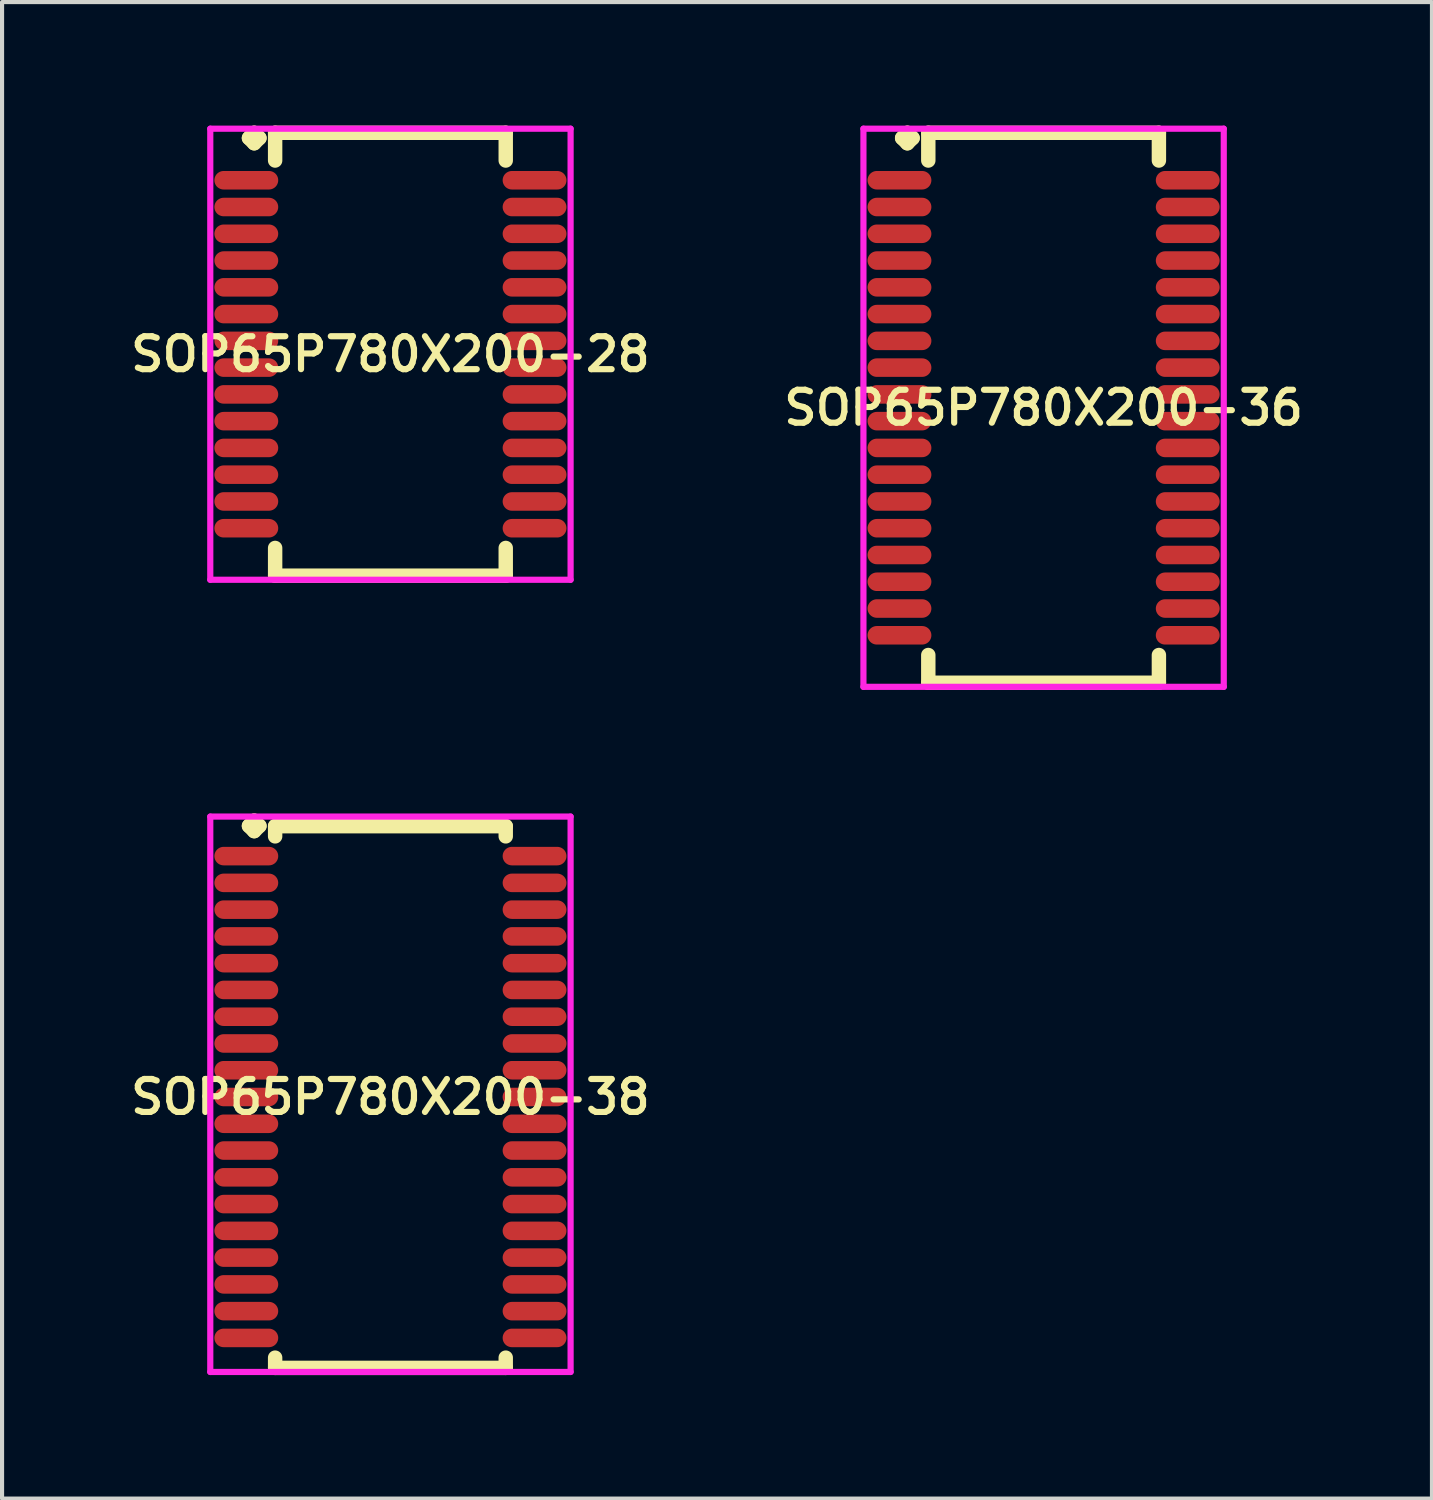
<source format=kicad_pcb>
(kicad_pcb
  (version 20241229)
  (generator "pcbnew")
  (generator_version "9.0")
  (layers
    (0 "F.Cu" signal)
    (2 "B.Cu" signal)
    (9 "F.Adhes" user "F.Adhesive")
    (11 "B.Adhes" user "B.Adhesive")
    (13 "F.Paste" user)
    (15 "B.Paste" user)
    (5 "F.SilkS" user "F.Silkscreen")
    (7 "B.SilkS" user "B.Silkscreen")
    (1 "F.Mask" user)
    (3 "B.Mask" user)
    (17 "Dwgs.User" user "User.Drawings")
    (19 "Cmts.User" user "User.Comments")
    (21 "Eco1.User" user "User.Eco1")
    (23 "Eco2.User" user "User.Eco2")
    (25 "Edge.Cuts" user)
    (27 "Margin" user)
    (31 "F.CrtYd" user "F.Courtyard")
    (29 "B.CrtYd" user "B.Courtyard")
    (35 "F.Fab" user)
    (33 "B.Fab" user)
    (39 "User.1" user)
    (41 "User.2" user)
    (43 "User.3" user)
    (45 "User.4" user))
  (footprint "SOP65P780X200-36"
    (layer "F.Cu")
    (at 22.292 6.852)
    (property "Reference" "SOP65P780X200-36" (at 0 0 0) (layer "F.SilkS") (effects (font (size 0.8 0.8) (thickness 0.15))))
    (attr through_hole)
    (fp_line (start -3.435 -6.55) (end -3.308 -6.677) (stroke (width 0.35) (type solid)) (layer "F.SilkS"))
    (fp_line (start -3.308 -6.677) (end -3.181 -6.55) (stroke (width 0.35) (type solid)) (layer "F.SilkS"))
    (fp_line (start -3.308 -6.423) (end -3.435 -6.55) (stroke (width 0.35) (type solid)) (layer "F.SilkS"))
    (fp_line (start -3.181 -6.55) (end -3.308 -6.423) (stroke (width 0.35) (type solid)) (layer "F.SilkS"))
    (fp_line (start -2.8 -6.677) (end 2.8 -6.677) (stroke (width 0.35) (type solid)) (layer "F.SilkS"))
    (fp_line (start -2.8 -6.004) (end -2.8 -6.677) (stroke (width 0.35) (type solid)) (layer "F.SilkS"))
    (fp_line (start -2.8 6.004) (end -2.8 6.677) (stroke (width 0.35) (type solid)) (layer "F.SilkS"))
    (fp_line (start -2.8 6.677) (end 2.8 6.677) (stroke (width 0.35) (type solid)) (layer "F.SilkS"))
    (fp_line (start 2.8 -6.677) (end 2.8 -6.004) (stroke (width 0.35) (type solid)) (layer "F.SilkS"))
    (fp_line (start 2.8 6.677) (end 2.8 6.004) (stroke (width 0.35) (type solid)) (layer "F.SilkS"))
    (fp_line (start -4.375 -6.777) (end 4.375 -6.777) (stroke (width 0.15) (type solid)) (layer "F.CrtYd"))
    (fp_line (start -4.375 6.777) (end -4.375 -6.777) (stroke (width 0.15) (type solid)) (layer "F.CrtYd"))
    (fp_line (start 4.375 -6.777) (end 4.375 6.777) (stroke (width 0.15) (type solid)) (layer "F.CrtYd"))
    (fp_line (start 4.375 6.777) (end -4.375 6.777) (stroke (width 0.15) (type solid)) (layer "F.CrtYd"))
    (pad "1" smd oval (at -3.5 -5.525) (size 1.55 0.45) (layers "F.Cu" "F.Mask" "F.Paste"))
    (pad "2" smd oval (at -3.5 -4.875) (size 1.55 0.45) (layers "F.Cu" "F.Mask" "F.Paste"))
    (pad "3" smd oval (at -3.5 -4.225) (size 1.55 0.45) (layers "F.Cu" "F.Mask" "F.Paste"))
    (pad "4" smd oval (at -3.5 -3.575) (size 1.55 0.45) (layers "F.Cu" "F.Mask" "F.Paste"))
    (pad "5" smd oval (at -3.5 -2.925) (size 1.55 0.45) (layers "F.Cu" "F.Mask" "F.Paste"))
    (pad "6" smd oval (at -3.5 -2.275) (size 1.55 0.45) (layers "F.Cu" "F.Mask" "F.Paste"))
    (pad "7" smd oval (at -3.5 -1.625) (size 1.55 0.45) (layers "F.Cu" "F.Mask" "F.Paste"))
    (pad "8" smd oval (at -3.5 -0.975) (size 1.55 0.45) (layers "F.Cu" "F.Mask" "F.Paste"))
    (pad "9" smd oval (at -3.5 -0.325) (size 1.55 0.45) (layers "F.Cu" "F.Mask" "F.Paste"))
    (pad "10" smd oval (at -3.5 0.325) (size 1.55 0.45) (layers "F.Cu" "F.Mask" "F.Paste"))
    (pad "11" smd oval (at -3.5 0.975) (size 1.55 0.45) (layers "F.Cu" "F.Mask" "F.Paste"))
    (pad "12" smd oval (at -3.5 1.625) (size 1.55 0.45) (layers "F.Cu" "F.Mask" "F.Paste"))
    (pad "13" smd oval (at -3.5 2.275) (size 1.55 0.45) (layers "F.Cu" "F.Mask" "F.Paste"))
    (pad "14" smd oval (at -3.5 2.925) (size 1.55 0.45) (layers "F.Cu" "F.Mask" "F.Paste"))
    (pad "15" smd oval (at -3.5 3.575) (size 1.55 0.45) (layers "F.Cu" "F.Mask" "F.Paste"))
    (pad "16" smd oval (at -3.5 4.225) (size 1.55 0.45) (layers "F.Cu" "F.Mask" "F.Paste"))
    (pad "17" smd oval (at -3.5 4.875) (size 1.55 0.45) (layers "F.Cu" "F.Mask" "F.Paste"))
    (pad "18" smd oval (at -3.5 5.525) (size 1.55 0.45) (layers "F.Cu" "F.Mask" "F.Paste"))
    (pad "19" smd oval (at 3.5 5.525) (size 1.55 0.45) (layers "F.Cu" "F.Mask" "F.Paste"))
    (pad "20" smd oval (at 3.5 4.875) (size 1.55 0.45) (layers "F.Cu" "F.Mask" "F.Paste"))
    (pad "21" smd oval (at 3.5 4.225) (size 1.55 0.45) (layers "F.Cu" "F.Mask" "F.Paste"))
    (pad "22" smd oval (at 3.5 3.575) (size 1.55 0.45) (layers "F.Cu" "F.Mask" "F.Paste"))
    (pad "23" smd oval (at 3.5 2.925) (size 1.55 0.45) (layers "F.Cu" "F.Mask" "F.Paste"))
    (pad "24" smd oval (at 3.5 2.275) (size 1.55 0.45) (layers "F.Cu" "F.Mask" "F.Paste"))
    (pad "25" smd oval (at 3.5 1.625) (size 1.55 0.45) (layers "F.Cu" "F.Mask" "F.Paste"))
    (pad "26" smd oval (at 3.5 0.975) (size 1.55 0.45) (layers "F.Cu" "F.Mask" "F.Paste"))
    (pad "27" smd oval (at 3.5 0.325) (size 1.55 0.45) (layers "F.Cu" "F.Mask" "F.Paste"))
    (pad "28" smd oval (at 3.5 -0.325) (size 1.55 0.45) (layers "F.Cu" "F.Mask" "F.Paste"))
    (pad "29" smd oval (at 3.5 -0.975) (size 1.55 0.45) (layers "F.Cu" "F.Mask" "F.Paste"))
    (pad "30" smd oval (at 3.5 -1.625) (size 1.55 0.45) (layers "F.Cu" "F.Mask" "F.Paste"))
    (pad "31" smd oval (at 3.5 -2.275) (size 1.55 0.45) (layers "F.Cu" "F.Mask" "F.Paste"))
    (pad "32" smd oval (at 3.5 -2.925) (size 1.55 0.45) (layers "F.Cu" "F.Mask" "F.Paste"))
    (pad "33" smd oval (at 3.5 -3.575) (size 1.55 0.45) (layers "F.Cu" "F.Mask" "F.Paste"))
    (pad "34" smd oval (at 3.5 -4.225) (size 1.55 0.45) (layers "F.Cu" "F.Mask" "F.Paste"))
    (pad "35" smd oval (at 3.5 -4.875) (size 1.55 0.45) (layers "F.Cu" "F.Mask" "F.Paste"))
    (pad "36" smd oval (at 3.5 -5.525) (size 1.55 0.45) (layers "F.Cu" "F.Mask" "F.Paste")))
  (footprint "SOP65P780X200-38"
    (layer "F.Cu")
    (at 6.431 23.589)
    (property "Reference" "SOP65P780X200-38" (at 0 0 0) (layer "F.SilkS") (effects (font (size 0.8 0.8) (thickness 0.15))))
    (attr smd)
    (fp_line (start -3.435 -6.583) (end -3.308 -6.71) (stroke (width 0.35) (type solid)) (layer "F.SilkS"))
    (fp_line (start -3.308 -6.71) (end -3.181 -6.583) (stroke (width 0.35) (type solid)) (layer "F.SilkS"))
    (fp_line (start -3.308 -6.456) (end -3.435 -6.583) (stroke (width 0.35) (type solid)) (layer "F.SilkS"))
    (fp_line (start -3.181 -6.583) (end -3.308 -6.456) (stroke (width 0.35) (type solid)) (layer "F.SilkS"))
    (fp_line (start -2.8 -6.577) (end 2.8 -6.577) (stroke (width 0.35) (type solid)) (layer "F.SilkS"))
    (fp_line (start -2.8 -6.329) (end -2.8 -6.577) (stroke (width 0.35) (type solid)) (layer "F.SilkS"))
    (fp_line (start -2.8 6.329) (end -2.8 6.577) (stroke (width 0.35) (type solid)) (layer "F.SilkS"))
    (fp_line (start -2.8 6.577) (end 2.8 6.577) (stroke (width 0.35) (type solid)) (layer "F.SilkS"))
    (fp_line (start 2.8 -6.577) (end 2.8 -6.329) (stroke (width 0.35) (type solid)) (layer "F.SilkS"))
    (fp_line (start 2.8 6.577) (end 2.8 6.329) (stroke (width 0.35) (type solid)) (layer "F.SilkS"))
    (fp_line (start -4.375 -6.81) (end 4.375 -6.81) (stroke (width 0.15) (type solid)) (layer "F.CrtYd"))
    (fp_line (start -4.375 6.677) (end -4.375 -6.81) (stroke (width 0.15) (type solid)) (layer "F.CrtYd"))
    (fp_line (start 4.375 -6.81) (end 4.375 6.677) (stroke (width 0.15) (type solid)) (layer "F.CrtYd"))
    (fp_line (start 4.375 6.677) (end -4.375 6.677) (stroke (width 0.15) (type solid)) (layer "F.CrtYd"))
    (pad "1" smd oval (at -3.5 -5.85) (size 1.55 0.45) (layers "F.Cu" "F.Mask" "F.Paste"))
    (pad "2" smd oval (at -3.5 -5.2) (size 1.55 0.45) (layers "F.Cu" "F.Mask" "F.Paste"))
    (pad "3" smd oval (at -3.5 -4.55) (size 1.55 0.45) (layers "F.Cu" "F.Mask" "F.Paste"))
    (pad "4" smd oval (at -3.5 -3.9) (size 1.55 0.45) (layers "F.Cu" "F.Mask" "F.Paste"))
    (pad "5" smd oval (at -3.5 -3.25) (size 1.55 0.45) (layers "F.Cu" "F.Mask" "F.Paste"))
    (pad "6" smd oval (at -3.5 -2.6) (size 1.55 0.45) (layers "F.Cu" "F.Mask" "F.Paste"))
    (pad "7" smd oval (at -3.5 -1.95) (size 1.55 0.45) (layers "F.Cu" "F.Mask" "F.Paste"))
    (pad "8" smd oval (at -3.5 -1.3) (size 1.55 0.45) (layers "F.Cu" "F.Mask" "F.Paste"))
    (pad "9" smd oval (at -3.5 -0.65) (size 1.55 0.45) (layers "F.Cu" "F.Mask" "F.Paste"))
    (pad "10" smd oval (at -3.5 0) (size 1.55 0.45) (layers "F.Cu" "F.Mask" "F.Paste"))
    (pad "11" smd oval (at -3.5 0.65) (size 1.55 0.45) (layers "F.Cu" "F.Mask" "F.Paste"))
    (pad "12" smd oval (at -3.5 1.3) (size 1.55 0.45) (layers "F.Cu" "F.Mask" "F.Paste"))
    (pad "13" smd oval (at -3.5 1.95) (size 1.55 0.45) (layers "F.Cu" "F.Mask" "F.Paste"))
    (pad "14" smd oval (at -3.5 2.6) (size 1.55 0.45) (layers "F.Cu" "F.Mask" "F.Paste"))
    (pad "15" smd oval (at -3.5 3.25) (size 1.55 0.45) (layers "F.Cu" "F.Mask" "F.Paste"))
    (pad "16" smd oval (at -3.5 3.9) (size 1.55 0.45) (layers "F.Cu" "F.Mask" "F.Paste"))
    (pad "17" smd oval (at -3.5 4.55) (size 1.55 0.45) (layers "F.Cu" "F.Mask" "F.Paste"))
    (pad "18" smd oval (at -3.5 5.2) (size 1.55 0.45) (layers "F.Cu" "F.Mask" "F.Paste"))
    (pad "19" smd oval (at -3.5 5.85) (size 1.55 0.45) (layers "F.Cu" "F.Mask" "F.Paste"))
    (pad "20" smd oval (at 3.5 5.85) (size 1.55 0.45) (layers "F.Cu" "F.Mask" "F.Paste"))
    (pad "21" smd oval (at 3.5 5.2) (size 1.55 0.45) (layers "F.Cu" "F.Mask" "F.Paste"))
    (pad "22" smd oval (at 3.5 4.55) (size 1.55 0.45) (layers "F.Cu" "F.Mask" "F.Paste"))
    (pad "23" smd oval (at 3.5 3.9) (size 1.55 0.45) (layers "F.Cu" "F.Mask" "F.Paste"))
    (pad "24" smd oval (at 3.5 3.25) (size 1.55 0.45) (layers "F.Cu" "F.Mask" "F.Paste"))
    (pad "25" smd oval (at 3.5 2.6) (size 1.55 0.45) (layers "F.Cu" "F.Mask" "F.Paste"))
    (pad "26" smd oval (at 3.5 1.95) (size 1.55 0.45) (layers "F.Cu" "F.Mask" "F.Paste"))
    (pad "27" smd oval (at 3.5 1.3) (size 1.55 0.45) (layers "F.Cu" "F.Mask" "F.Paste"))
    (pad "28" smd oval (at 3.5 0.65) (size 1.55 0.45) (layers "F.Cu" "F.Mask" "F.Paste"))
    (pad "29" smd oval (at 3.5 0) (size 1.55 0.45) (layers "F.Cu" "F.Mask" "F.Paste"))
    (pad "30" smd oval (at 3.5 -0.65) (size 1.55 0.45) (layers "F.Cu" "F.Mask" "F.Paste"))
    (pad "31" smd oval (at 3.5 -1.3) (size 1.55 0.45) (layers "F.Cu" "F.Mask" "F.Paste"))
    (pad "32" smd oval (at 3.5 -1.95) (size 1.55 0.45) (layers "F.Cu" "F.Mask" "F.Paste"))
    (pad "33" smd oval (at 3.5 -2.6) (size 1.55 0.45) (layers "F.Cu" "F.Mask" "F.Paste"))
    (pad "34" smd oval (at 3.5 -3.25) (size 1.55 0.45) (layers "F.Cu" "F.Mask" "F.Paste"))
    (pad "35" smd oval (at 3.5 -3.9) (size 1.55 0.45) (layers "F.Cu" "F.Mask" "F.Paste"))
    (pad "36" smd oval (at 3.5 -4.55) (size 1.55 0.45) (layers "F.Cu" "F.Mask" "F.Paste"))
    (pad "37" smd oval (at 3.5 -5.2) (size 1.55 0.45) (layers "F.Cu" "F.Mask" "F.Paste"))
    (pad "38" smd oval (at 3.5 -5.85) (size 1.55 0.45) (layers "F.Cu" "F.Mask" "F.Paste")))
  (footprint "SOP65P780X200-28"
    (layer "F.Cu")
    (at 6.431 5.552)
    (property "Reference" "SOP65P780X200-28" (at 0 0 0) (layer "F.SilkS") (effects (font (size 0.8 0.8) (thickness 0.15))))
    (attr through_hole)
    (fp_line (start -3.435 -5.25) (end -3.308 -5.377) (stroke (width 0.35) (type solid)) (layer "F.SilkS"))
    (fp_line (start -3.308 -5.377) (end -3.181 -5.25) (stroke (width 0.35) (type solid)) (layer "F.SilkS"))
    (fp_line (start -3.308 -5.123) (end -3.435 -5.25) (stroke (width 0.35) (type solid)) (layer "F.SilkS"))
    (fp_line (start -3.181 -5.25) (end -3.308 -5.123) (stroke (width 0.35) (type solid)) (layer "F.SilkS"))
    (fp_line (start -2.8 -5.377) (end 2.8 -5.377) (stroke (width 0.35) (type solid)) (layer "F.SilkS"))
    (fp_line (start -2.8 -4.704) (end -2.8 -5.377) (stroke (width 0.35) (type solid)) (layer "F.SilkS"))
    (fp_line (start -2.8 4.704) (end -2.8 5.377) (stroke (width 0.35) (type solid)) (layer "F.SilkS"))
    (fp_line (start -2.8 5.377) (end 2.8 5.377) (stroke (width 0.35) (type solid)) (layer "F.SilkS"))
    (fp_line (start 2.8 -5.377) (end 2.8 -4.704) (stroke (width 0.35) (type solid)) (layer "F.SilkS"))
    (fp_line (start 2.8 5.377) (end 2.8 4.704) (stroke (width 0.35) (type solid)) (layer "F.SilkS"))
    (fp_line (start -4.375 -5.477) (end 4.375 -5.477) (stroke (width 0.15) (type solid)) (layer "F.CrtYd"))
    (fp_line (start -4.375 5.477) (end -4.375 -5.477) (stroke (width 0.15) (type solid)) (layer "F.CrtYd"))
    (fp_line (start 4.375 -5.477) (end 4.375 5.477) (stroke (width 0.15) (type solid)) (layer "F.CrtYd"))
    (fp_line (start 4.375 5.477) (end -4.375 5.477) (stroke (width 0.15) (type solid)) (layer "F.CrtYd"))
    (pad "1" smd oval (at -3.5 -4.225) (size 1.55 0.45) (layers "F.Cu" "F.Mask" "F.Paste"))
    (pad "2" smd oval (at -3.5 -3.575) (size 1.55 0.45) (layers "F.Cu" "F.Mask" "F.Paste"))
    (pad "3" smd oval (at -3.5 -2.925) (size 1.55 0.45) (layers "F.Cu" "F.Mask" "F.Paste"))
    (pad "4" smd oval (at -3.5 -2.275) (size 1.55 0.45) (layers "F.Cu" "F.Mask" "F.Paste"))
    (pad "5" smd oval (at -3.5 -1.625) (size 1.55 0.45) (layers "F.Cu" "F.Mask" "F.Paste"))
    (pad "6" smd oval (at -3.5 -0.975) (size 1.55 0.45) (layers "F.Cu" "F.Mask" "F.Paste"))
    (pad "7" smd oval (at -3.5 -0.325) (size 1.55 0.45) (layers "F.Cu" "F.Mask" "F.Paste"))
    (pad "8" smd oval (at -3.5 0.325) (size 1.55 0.45) (layers "F.Cu" "F.Mask" "F.Paste"))
    (pad "9" smd oval (at -3.5 0.975) (size 1.55 0.45) (layers "F.Cu" "F.Mask" "F.Paste"))
    (pad "10" smd oval (at -3.5 1.625) (size 1.55 0.45) (layers "F.Cu" "F.Mask" "F.Paste"))
    (pad "11" smd oval (at -3.5 2.275) (size 1.55 0.45) (layers "F.Cu" "F.Mask" "F.Paste"))
    (pad "12" smd oval (at -3.5 2.925) (size 1.55 0.45) (layers "F.Cu" "F.Mask" "F.Paste"))
    (pad "13" smd oval (at -3.5 3.575) (size 1.55 0.45) (layers "F.Cu" "F.Mask" "F.Paste"))
    (pad "14" smd oval (at -3.5 4.225) (size 1.55 0.45) (layers "F.Cu" "F.Mask" "F.Paste"))
    (pad "15" smd oval (at 3.5 4.225) (size 1.55 0.45) (layers "F.Cu" "F.Mask" "F.Paste"))
    (pad "16" smd oval (at 3.5 3.575) (size 1.55 0.45) (layers "F.Cu" "F.Mask" "F.Paste"))
    (pad "17" smd oval (at 3.5 2.925) (size 1.55 0.45) (layers "F.Cu" "F.Mask" "F.Paste"))
    (pad "18" smd oval (at 3.5 2.275) (size 1.55 0.45) (layers "F.Cu" "F.Mask" "F.Paste"))
    (pad "19" smd oval (at 3.5 1.625) (size 1.55 0.45) (layers "F.Cu" "F.Mask" "F.Paste"))
    (pad "20" smd oval (at 3.5 0.975) (size 1.55 0.45) (layers "F.Cu" "F.Mask" "F.Paste"))
    (pad "21" smd oval (at 3.5 0.325) (size 1.55 0.45) (layers "F.Cu" "F.Mask" "F.Paste"))
    (pad "22" smd oval (at 3.5 -0.325) (size 1.55 0.45) (layers "F.Cu" "F.Mask" "F.Paste"))
    (pad "23" smd oval (at 3.5 -0.975) (size 1.55 0.45) (layers "F.Cu" "F.Mask" "F.Paste"))
    (pad "24" smd oval (at 3.5 -1.625) (size 1.55 0.45) (layers "F.Cu" "F.Mask" "F.Paste"))
    (pad "25" smd oval (at 3.5 -2.275) (size 1.55 0.45) (layers "F.Cu" "F.Mask" "F.Paste"))
    (pad "26" smd oval (at 3.5 -2.925) (size 1.55 0.45) (layers "F.Cu" "F.Mask" "F.Paste"))
    (pad "27" smd oval (at 3.5 -3.575) (size 1.55 0.45) (layers "F.Cu" "F.Mask" "F.Paste"))
    (pad "28" smd oval (at 3.5 -4.225) (size 1.55 0.45) (layers "F.Cu" "F.Mask" "F.Paste")))
  (gr_rect
    (start -3 -3)
    (end 31.723 33.341)
    (stroke (width 0.1) (type default))
    (fill no)
    (layer "Edge.Cuts")))
</source>
